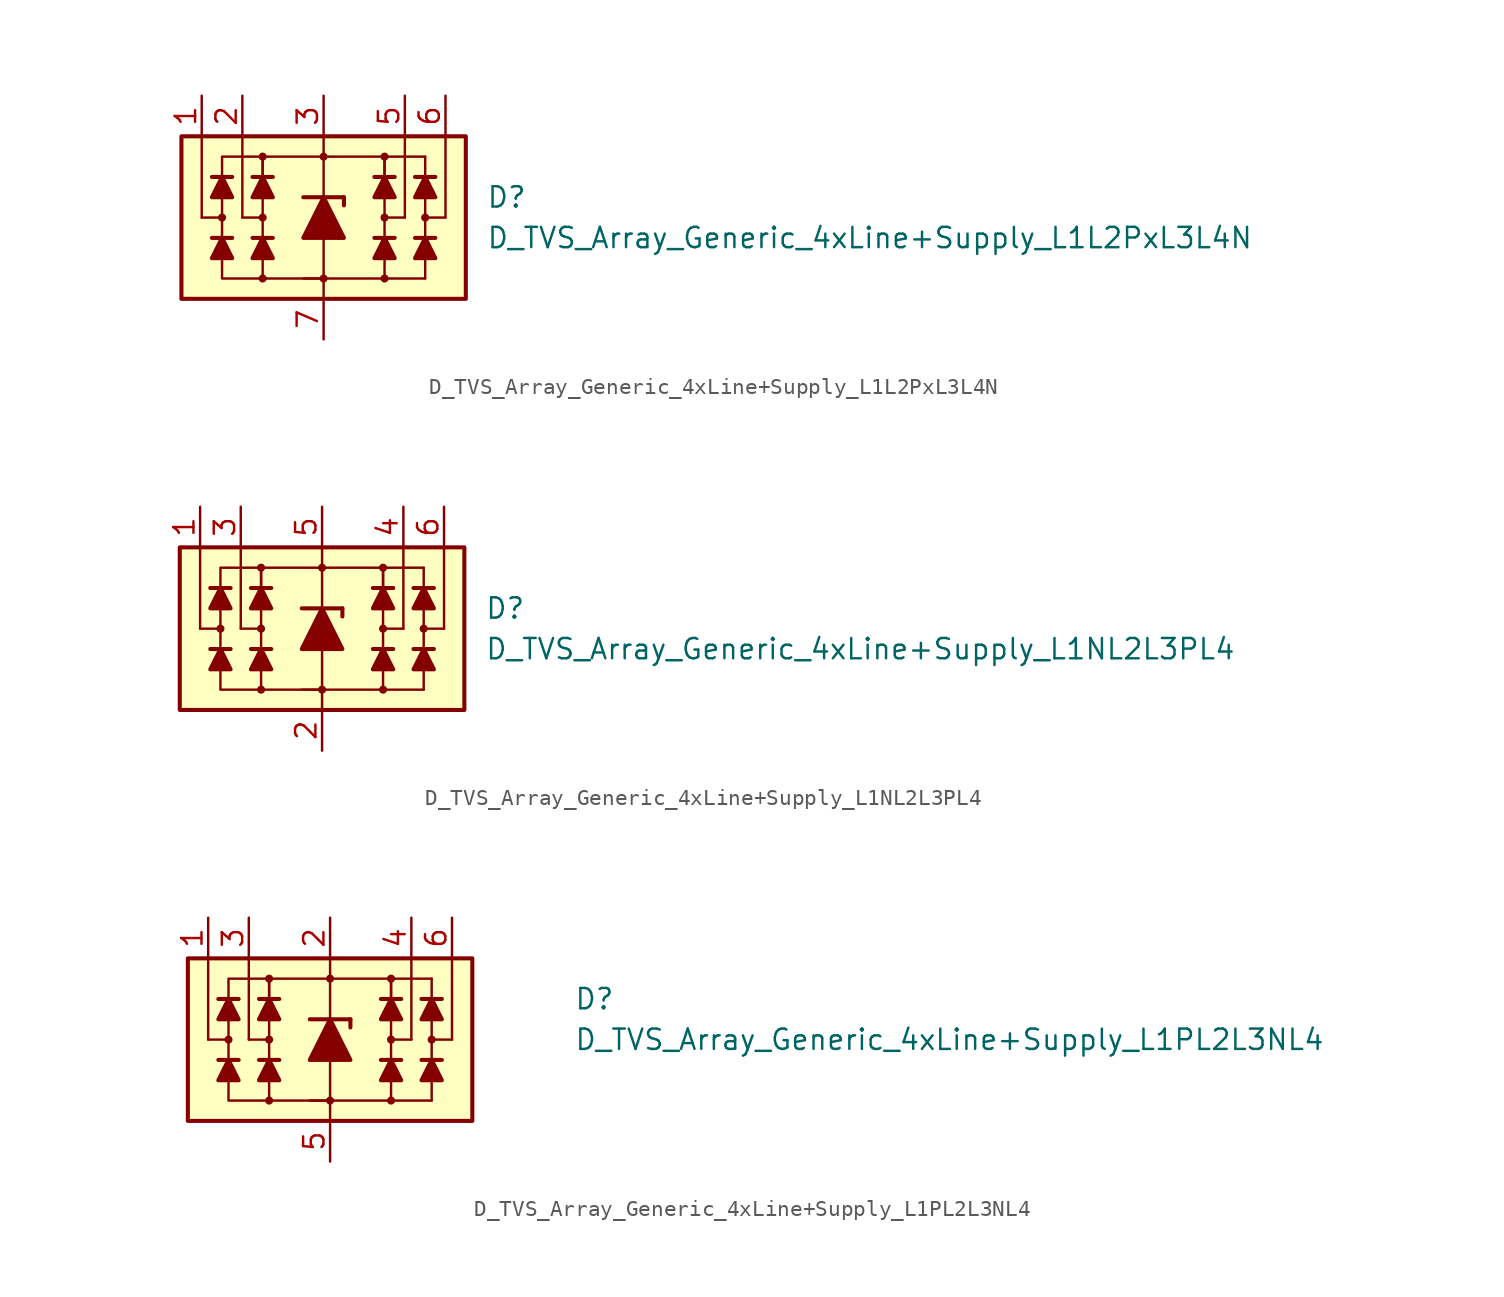
<source format=kicad_sym>
(kicad_symbol_lib
  (version 20231120)
  (generator "kicad_symbol_editor")
  (generator_version "8.0")
  (symbol "D_TVS_Array_Generic_4xLine+Supply_L1L2PxL3L4N"
    (pin_names
      (offset 1.016) hide)
    (property "Reference" "D"
      (at 10.16 1.27 0)
      (effects (font (size 1.27 1.27)) (justify left)))
    (property "Value" "D_TVS_Array_Generic_4xLine+Supply_L1L2PxL3L4N"
      (at 10.16 -1.27 0)
      (effects (font (size 1.27 1.27)) (justify left)))
    (symbol "D_TVS_Array_Generic_4xLine+Supply_L1L2PxL3L4N_0_1"
      (rectangle (start -8.89 5.08) (end 8.89 -5.08) (stroke (width 0.254) (type default)) (fill (type background)))
      (circle (center -3.81 0) (radius 0.178) (stroke (width 0) (type default)) (fill (type outline)))
      (polyline (pts (xy -5.715 -1.27) (xy -6.985 -1.27)) (stroke (width 0.254) (type default)) (fill (type none)))
      (polyline (pts (xy -5.715 2.54) (xy -6.985 2.54)) (stroke (width 0.254) (type default)) (fill (type none)))
      (polyline (pts (xy -5.08 0) (xy -5.08 5.08)) (stroke (width 0) (type default)) (fill (type none)))
      (polyline (pts (xy -3.81 -1.27) (xy -3.81 1.27)) (stroke (width 0) (type default)) (fill (type none)))
      (polyline (pts (xy -3.81 0) (xy -5.08 0)) (stroke (width 0) (type default)) (fill (type none)))
      (polyline (pts (xy -3.175 -1.27) (xy -4.445 -1.27)) (stroke (width 0.254) (type default)) (fill (type none)))
      (polyline (pts (xy -3.175 2.54) (xy -4.445 2.54)) (stroke (width 0.254) (type default)) (fill (type none)))
      (polyline (pts (xy 0 -1.27) (xy 0 -5.08)) (stroke (width 0) (type default)) (fill (type none)))
      (polyline (pts (xy 0 1.27) (xy 0 5.08)) (stroke (width 0.152) (type default)) (fill (type none)))
      (polyline (pts (xy 3.81 -1.27) (xy 3.81 1.27)) (stroke (width 0) (type default)) (fill (type none)))
      (polyline (pts (xy 3.81 0) (xy 5.08 0)) (stroke (width 0) (type default)) (fill (type none)))
      (polyline (pts (xy 3.81 3.81) (xy 6.35 3.81)) (stroke (width 0.152) (type default)) (fill (type none)))
      (polyline (pts (xy 4.445 -1.27) (xy 3.175 -1.27)) (stroke (width 0.254) (type default)) (fill (type none)))
      (polyline (pts (xy 4.445 2.54) (xy 3.175 2.54)) (stroke (width 0.254) (type default)) (fill (type none)))
      (polyline (pts (xy 5.08 0) (xy 5.08 5.08)) (stroke (width 0) (type default)) (fill (type none)))
      (polyline (pts (xy 6.35 3.81) (xy 6.35 -3.81)) (stroke (width 0.152) (type default)) (fill (type none)))
      (polyline (pts (xy 6.985 -1.27) (xy 5.715 -1.27)) (stroke (width 0.254) (type default)) (fill (type none)))
      (polyline (pts (xy 6.985 2.54) (xy 5.715 2.54)) (stroke (width 0.254) (type default)) (fill (type none)))
      (polyline (pts (xy 6.35 -3.81) (xy -1.27 -3.81) (xy 0 -3.81)) (stroke (width 0.152) (type default)) (fill (type none)))
      (polyline (pts (xy -6.35 -1.27) (xy -5.715 -2.54) (xy -6.985 -2.54) (xy -6.35 -1.27)) (stroke (width 0.254) (type default)) (fill (type outline)))
      (polyline (pts (xy -6.35 2.54) (xy -5.715 1.27) (xy -6.985 1.27) (xy -6.35 2.54)) (stroke (width 0.254) (type default)) (fill (type outline)))
      (polyline (pts (xy -3.81 -1.27) (xy -3.175 -2.54) (xy -4.445 -2.54) (xy -3.81 -1.27)) (stroke (width 0.254) (type default)) (fill (type outline)))
      (polyline (pts (xy -3.81 2.54) (xy -3.81 3.81) (xy 3.81 3.81) (xy 3.81 2.54)) (stroke (width 0) (type default)) (fill (type none)))
      (polyline (pts (xy -3.81 2.54) (xy -3.175 1.27) (xy -4.445 1.27) (xy -3.81 2.54)) (stroke (width 0.254) (type default)) (fill (type outline)))
      (polyline (pts (xy 0 -3.81) (xy -6.35 -3.81) (xy -6.35 3.81) (xy -3.81 3.81)) (stroke (width 0) (type default)) (fill (type none)))
      (polyline (pts (xy 3.81 -1.27) (xy 4.445 -2.54) (xy 3.175 -2.54) (xy 3.81 -1.27)) (stroke (width 0.254) (type default)) (fill (type outline)))
      (polyline (pts (xy 3.81 2.54) (xy 4.445 1.27) (xy 3.175 1.27) (xy 3.81 2.54)) (stroke (width 0.254) (type default)) (fill (type outline)))
      (polyline (pts (xy 6.35 -1.27) (xy 6.985 -2.54) (xy 5.715 -2.54) (xy 6.35 -1.27)) (stroke (width 0.254) (type default)) (fill (type outline)))
      (polyline (pts (xy 6.35 2.54) (xy 6.985 1.27) (xy 5.715 1.27) (xy 6.35 2.54)) (stroke (width 0.254) (type default)) (fill (type outline)))
      (circle (center 0 3.81) (radius 0.178) (stroke (width 0) (type default)) (fill (type outline)))
      (circle (center 3.81 0) (radius 0.178) (stroke (width 0) (type default)) (fill (type outline))))
    (symbol "D_TVS_Array_Generic_4xLine+Supply_L1L2PxL3L4N_1_1"
      (circle (center -6.35 0) (radius 0.178) (stroke (width 0) (type default)) (fill (type outline)))
      (circle (center -3.81 -3.81) (radius 0.178) (stroke (width 0) (type default)) (fill (type outline)))
      (circle (center -3.81 3.81) (radius 0.178) (stroke (width 0) (type default)) (fill (type outline)))
      (circle (center 0 -3.81) (radius 0.178) (stroke (width 0) (type default)) (fill (type outline)))
      (polyline (pts (xy -7.62 0) (xy -7.62 5.08)) (stroke (width 0) (type default)) (fill (type none)))
      (polyline (pts (xy -6.35 0) (xy -7.62 0)) (stroke (width 0) (type default)) (fill (type none)))
      (polyline (pts (xy -3.81 -3.81) (xy -3.81 -1.27)) (stroke (width 0) (type default)) (fill (type none)))
      (polyline (pts (xy -3.81 1.27) (xy -3.81 3.81)) (stroke (width 0) (type default)) (fill (type none)))
      (polyline (pts (xy -1.27 1.27) (xy 1.27 1.27)) (stroke (width 0.254) (type default)) (fill (type none)))
      (polyline (pts (xy 0 -1.27) (xy 0 1.27)) (stroke (width 0) (type default)) (fill (type none)))
      (polyline (pts (xy 1.27 1.27) (xy 1.27 0.762)) (stroke (width 0.254) (type default)) (fill (type none)))
      (polyline (pts (xy 3.81 -3.81) (xy 3.81 -1.27)) (stroke (width 0) (type default)) (fill (type none)))
      (polyline (pts (xy 3.81 1.27) (xy 3.81 3.81)) (stroke (width 0) (type default)) (fill (type none)))
      (polyline (pts (xy 6.35 0) (xy 7.62 0)) (stroke (width 0) (type default)) (fill (type none)))
      (polyline (pts (xy 7.62 0) (xy 7.62 5.08)) (stroke (width 0) (type default)) (fill (type none)))
      (polyline (pts (xy 1.27 -1.27) (xy -1.27 -1.27) (xy 0 1.27) (xy 1.27 -1.27)) (stroke (width 0.254) (type default)) (fill (type outline)))
      (circle (center 3.81 -3.81) (radius 0.178) (stroke (width 0) (type default)) (fill (type outline)))
      (circle (center 3.81 3.81) (radius 0.178) (stroke (width 0) (type default)) (fill (type outline)))
      (circle (center 6.35 0) (radius 0.178) (stroke (width 0) (type default)) (fill (type outline)))
      (pin passive line (at -7.62 7.62 270) (length 2.54) (name "L1" (effects (font (size 1.27 1.27)))) (number "1" (effects (font (size 1.27 1.27)))))
      (pin passive line (at -5.08 7.62 270) (length 2.54) (name "L2" (effects (font (size 1.27 1.27)))) (number "2" (effects (font (size 1.27 1.27)))))
      (pin passive line (at 0 7.62 270) (length 2.54) (name "VP" (effects (font (size 1.27 1.27)))) (number "3" (effects (font (size 1.27 1.27)))))
      (pin free line (at 1.27 1.27 0) (length 2.54) hide (name "NC" (effects (font (size 1.27 1.27)))) (number "4" (effects (font (size 1.27 1.27)))))
      (pin passive line (at 5.08 7.62 270) (length 2.54) (name "L3" (effects (font (size 1.27 1.27)))) (number "5" (effects (font (size 1.27 1.27)))))
      (pin passive line (at 7.62 7.62 270) (length 2.54) (name "L4" (effects (font (size 1.27 1.27)))) (number "6" (effects (font (size 1.27 1.27)))))
      (pin passive line (at 0 -7.62 90) (length 2.54) (name "VN" (effects (font (size 1.27 1.27)))) (number "7" (effects (font (size 1.27 1.27)))))))
  (symbol "D_TVS_Array_Generic_4xLine+Supply_L1NL2L3PL4"
    (pin_names
      (offset 1.016) hide)
    (property "Reference" "D"
      (at 10.16 1.27 0)
      (effects (font (size 1.27 1.27)) (justify left)))
    (property "Value" "D_TVS_Array_Generic_4xLine+Supply_L1NL2L3PL4"
      (at 10.16 -1.27 0)
      (effects (font (size 1.27 1.27)) (justify left)))
    (symbol "D_TVS_Array_Generic_4xLine+Supply_L1NL2L3PL4_0_1"
      (rectangle (start -8.89 5.08) (end 8.89 -5.08) (stroke (width 0.254) (type default)) (fill (type background)))
      (circle (center -3.81 0) (radius 0.178) (stroke (width 0) (type default)) (fill (type outline)))
      (polyline (pts (xy -5.715 -1.27) (xy -6.985 -1.27)) (stroke (width 0.254) (type default)) (fill (type none)))
      (polyline (pts (xy -5.715 2.54) (xy -6.985 2.54)) (stroke (width 0.254) (type default)) (fill (type none)))
      (polyline (pts (xy -5.08 0) (xy -5.08 5.08)) (stroke (width 0) (type default)) (fill (type none)))
      (polyline (pts (xy -3.81 -1.27) (xy -3.81 1.27)) (stroke (width 0) (type default)) (fill (type none)))
      (polyline (pts (xy -3.81 0) (xy -5.08 0)) (stroke (width 0) (type default)) (fill (type none)))
      (polyline (pts (xy -3.175 -1.27) (xy -4.445 -1.27)) (stroke (width 0.254) (type default)) (fill (type none)))
      (polyline (pts (xy -3.175 2.54) (xy -4.445 2.54)) (stroke (width 0.254) (type default)) (fill (type none)))
      (polyline (pts (xy 0 -1.27) (xy 0 -5.08)) (stroke (width 0) (type default)) (fill (type none)))
      (polyline (pts (xy 0 1.27) (xy 0 5.08)) (stroke (width 0.152) (type default)) (fill (type none)))
      (polyline (pts (xy 3.81 -1.27) (xy 3.81 1.27)) (stroke (width 0) (type default)) (fill (type none)))
      (polyline (pts (xy 3.81 0) (xy 5.08 0)) (stroke (width 0) (type default)) (fill (type none)))
      (polyline (pts (xy 3.81 3.81) (xy 6.35 3.81)) (stroke (width 0.152) (type default)) (fill (type none)))
      (polyline (pts (xy 4.445 -1.27) (xy 3.175 -1.27)) (stroke (width 0.254) (type default)) (fill (type none)))
      (polyline (pts (xy 4.445 2.54) (xy 3.175 2.54)) (stroke (width 0.254) (type default)) (fill (type none)))
      (polyline (pts (xy 5.08 0) (xy 5.08 5.08)) (stroke (width 0) (type default)) (fill (type none)))
      (polyline (pts (xy 6.35 3.81) (xy 6.35 -3.81)) (stroke (width 0.152) (type default)) (fill (type none)))
      (polyline (pts (xy 6.985 -1.27) (xy 5.715 -1.27)) (stroke (width 0.254) (type default)) (fill (type none)))
      (polyline (pts (xy 6.985 2.54) (xy 5.715 2.54)) (stroke (width 0.254) (type default)) (fill (type none)))
      (polyline (pts (xy 6.35 -3.81) (xy -1.27 -3.81) (xy 0 -3.81)) (stroke (width 0.152) (type default)) (fill (type none)))
      (polyline (pts (xy -6.35 -1.27) (xy -5.715 -2.54) (xy -6.985 -2.54) (xy -6.35 -1.27)) (stroke (width 0.254) (type default)) (fill (type outline)))
      (polyline (pts (xy -6.35 2.54) (xy -5.715 1.27) (xy -6.985 1.27) (xy -6.35 2.54)) (stroke (width 0.254) (type default)) (fill (type outline)))
      (polyline (pts (xy -3.81 -1.27) (xy -3.175 -2.54) (xy -4.445 -2.54) (xy -3.81 -1.27)) (stroke (width 0.254) (type default)) (fill (type outline)))
      (polyline (pts (xy -3.81 2.54) (xy -3.81 3.81) (xy 3.81 3.81) (xy 3.81 2.54)) (stroke (width 0) (type default)) (fill (type none)))
      (polyline (pts (xy -3.81 2.54) (xy -3.175 1.27) (xy -4.445 1.27) (xy -3.81 2.54)) (stroke (width 0.254) (type default)) (fill (type outline)))
      (polyline (pts (xy 0 -3.81) (xy -6.35 -3.81) (xy -6.35 3.81) (xy -3.81 3.81)) (stroke (width 0) (type default)) (fill (type none)))
      (polyline (pts (xy 3.81 -1.27) (xy 4.445 -2.54) (xy 3.175 -2.54) (xy 3.81 -1.27)) (stroke (width 0.254) (type default)) (fill (type outline)))
      (polyline (pts (xy 3.81 2.54) (xy 4.445 1.27) (xy 3.175 1.27) (xy 3.81 2.54)) (stroke (width 0.254) (type default)) (fill (type outline)))
      (polyline (pts (xy 6.35 -1.27) (xy 6.985 -2.54) (xy 5.715 -2.54) (xy 6.35 -1.27)) (stroke (width 0.254) (type default)) (fill (type outline)))
      (polyline (pts (xy 6.35 2.54) (xy 6.985 1.27) (xy 5.715 1.27) (xy 6.35 2.54)) (stroke (width 0.254) (type default)) (fill (type outline)))
      (circle (center 0 3.81) (radius 0.178) (stroke (width 0) (type default)) (fill (type outline)))
      (circle (center 3.81 0) (radius 0.178) (stroke (width 0) (type default)) (fill (type outline))))
    (symbol "D_TVS_Array_Generic_4xLine+Supply_L1NL2L3PL4_1_1"
      (circle (center -6.35 0) (radius 0.178) (stroke (width 0) (type default)) (fill (type outline)))
      (circle (center -3.81 -3.81) (radius 0.178) (stroke (width 0) (type default)) (fill (type outline)))
      (circle (center -3.81 3.81) (radius 0.178) (stroke (width 0) (type default)) (fill (type outline)))
      (circle (center 0 -3.81) (radius 0.178) (stroke (width 0) (type default)) (fill (type outline)))
      (polyline (pts (xy -7.62 0) (xy -7.62 5.08)) (stroke (width 0) (type default)) (fill (type none)))
      (polyline (pts (xy -6.35 0) (xy -7.62 0)) (stroke (width 0) (type default)) (fill (type none)))
      (polyline (pts (xy -3.81 -3.81) (xy -3.81 -1.27)) (stroke (width 0) (type default)) (fill (type none)))
      (polyline (pts (xy -3.81 1.27) (xy -3.81 3.81)) (stroke (width 0) (type default)) (fill (type none)))
      (polyline (pts (xy -1.27 1.27) (xy 1.27 1.27)) (stroke (width 0.254) (type default)) (fill (type none)))
      (polyline (pts (xy 0 -1.27) (xy 0 1.27)) (stroke (width 0) (type default)) (fill (type none)))
      (polyline (pts (xy 1.27 1.27) (xy 1.27 0.762)) (stroke (width 0.254) (type default)) (fill (type none)))
      (polyline (pts (xy 3.81 -3.81) (xy 3.81 -1.27)) (stroke (width 0) (type default)) (fill (type none)))
      (polyline (pts (xy 3.81 1.27) (xy 3.81 3.81)) (stroke (width 0) (type default)) (fill (type none)))
      (polyline (pts (xy 6.35 0) (xy 7.62 0)) (stroke (width 0) (type default)) (fill (type none)))
      (polyline (pts (xy 7.62 0) (xy 7.62 5.08)) (stroke (width 0) (type default)) (fill (type none)))
      (polyline (pts (xy 1.27 -1.27) (xy -1.27 -1.27) (xy 0 1.27) (xy 1.27 -1.27)) (stroke (width 0.254) (type default)) (fill (type outline)))
      (circle (center 3.81 -3.81) (radius 0.178) (stroke (width 0) (type default)) (fill (type outline)))
      (circle (center 3.81 3.81) (radius 0.178) (stroke (width 0) (type default)) (fill (type outline)))
      (circle (center 6.35 0) (radius 0.178) (stroke (width 0) (type default)) (fill (type outline)))
      (pin passive line (at -7.62 7.62 270) (length 2.54) (name "L1" (effects (font (size 1.27 1.27)))) (number "1" (effects (font (size 1.27 1.27)))))
      (pin passive line (at 0 -7.62 90) (length 2.54) (name "VN" (effects (font (size 1.27 1.27)))) (number "2" (effects (font (size 1.27 1.27)))))
      (pin passive line (at -5.08 7.62 270) (length 2.54) (name "L2" (effects (font (size 1.27 1.27)))) (number "3" (effects (font (size 1.27 1.27)))))
      (pin passive line (at 5.08 7.62 270) (length 2.54) (name "L3" (effects (font (size 1.27 1.27)))) (number "4" (effects (font (size 1.27 1.27)))))
      (pin passive line (at 0 7.62 270) (length 2.54) (name "VP" (effects (font (size 1.27 1.27)))) (number "5" (effects (font (size 1.27 1.27)))))
      (pin passive line (at 7.62 7.62 270) (length 2.54) (name "L4" (effects (font (size 1.27 1.27)))) (number "6" (effects (font (size 1.27 1.27)))))))
  (symbol "D_TVS_Array_Generic_4xLine+Supply_L1PL2L3NL4"
    (pin_names
      (offset 1.016) hide)
    (property "Reference" "D"
      (at 15.24 1.27 0)
      (effects (font (size 1.27 1.27)) (justify left)))
    (property "Value" "D_TVS_Array_Generic_4xLine+Supply_L1PL2L3NL4"
      (at 15.24 -1.27 0)
      (effects (font (size 1.27 1.27)) (justify left)))
    (symbol "D_TVS_Array_Generic_4xLine+Supply_L1PL2L3NL4_0_1"
      (rectangle (start -8.89 3.81) (end 8.89 -6.35) (stroke (width 0.254) (type default)) (fill (type background)))
      (circle (center -3.81 -1.27) (radius 0.178) (stroke (width 0) (type default)) (fill (type outline)))
      (polyline (pts (xy -5.715 -2.54) (xy -6.985 -2.54)) (stroke (width 0.254) (type default)) (fill (type none)))
      (polyline (pts (xy -5.715 1.27) (xy -6.985 1.27)) (stroke (width 0.254) (type default)) (fill (type none)))
      (polyline (pts (xy -5.08 -1.27) (xy -5.08 3.81)) (stroke (width 0) (type default)) (fill (type none)))
      (polyline (pts (xy -3.81 -2.54) (xy -3.81 0)) (stroke (width 0) (type default)) (fill (type none)))
      (polyline (pts (xy -3.81 -1.27) (xy -5.08 -1.27)) (stroke (width 0) (type default)) (fill (type none)))
      (polyline (pts (xy -3.175 -2.54) (xy -4.445 -2.54)) (stroke (width 0.254) (type default)) (fill (type none)))
      (polyline (pts (xy -3.175 1.27) (xy -4.445 1.27)) (stroke (width 0.254) (type default)) (fill (type none)))
      (polyline (pts (xy 0 -2.54) (xy 0 -6.35)) (stroke (width 0) (type default)) (fill (type none)))
      (polyline (pts (xy 0 0) (xy 0 3.81)) (stroke (width 0.152) (type default)) (fill (type none)))
      (polyline (pts (xy 3.81 -2.54) (xy 3.81 0)) (stroke (width 0) (type default)) (fill (type none)))
      (polyline (pts (xy 3.81 -1.27) (xy 5.08 -1.27)) (stroke (width 0) (type default)) (fill (type none)))
      (polyline (pts (xy 3.81 2.54) (xy 6.35 2.54)) (stroke (width 0.152) (type default)) (fill (type none)))
      (polyline (pts (xy 4.445 -2.54) (xy 3.175 -2.54)) (stroke (width 0.254) (type default)) (fill (type none)))
      (polyline (pts (xy 4.445 1.27) (xy 3.175 1.27)) (stroke (width 0.254) (type default)) (fill (type none)))
      (polyline (pts (xy 5.08 -1.27) (xy 5.08 3.81)) (stroke (width 0) (type default)) (fill (type none)))
      (polyline (pts (xy 6.35 2.54) (xy 6.35 -5.08)) (stroke (width 0.152) (type default)) (fill (type none)))
      (polyline (pts (xy 6.985 -2.54) (xy 5.715 -2.54)) (stroke (width 0.254) (type default)) (fill (type none)))
      (polyline (pts (xy 6.985 1.27) (xy 5.715 1.27)) (stroke (width 0.254) (type default)) (fill (type none)))
      (polyline (pts (xy 6.35 -5.08) (xy -1.27 -5.08) (xy 0 -5.08)) (stroke (width 0.152) (type default)) (fill (type none)))
      (polyline (pts (xy -6.35 -2.54) (xy -5.715 -3.81) (xy -6.985 -3.81) (xy -6.35 -2.54)) (stroke (width 0.254) (type default)) (fill (type outline)))
      (polyline (pts (xy -6.35 1.27) (xy -5.715 0) (xy -6.985 0) (xy -6.35 1.27)) (stroke (width 0.254) (type default)) (fill (type outline)))
      (polyline (pts (xy -3.81 -2.54) (xy -3.175 -3.81) (xy -4.445 -3.81) (xy -3.81 -2.54)) (stroke (width 0.254) (type default)) (fill (type outline)))
      (polyline (pts (xy -3.81 1.27) (xy -3.81 2.54) (xy 3.81 2.54) (xy 3.81 1.27)) (stroke (width 0) (type default)) (fill (type none)))
      (polyline (pts (xy -3.81 1.27) (xy -3.175 0) (xy -4.445 0) (xy -3.81 1.27)) (stroke (width 0.254) (type default)) (fill (type outline)))
      (polyline (pts (xy 0 -5.08) (xy -6.35 -5.08) (xy -6.35 2.54) (xy -3.81 2.54)) (stroke (width 0) (type default)) (fill (type none)))
      (polyline (pts (xy 3.81 -2.54) (xy 4.445 -3.81) (xy 3.175 -3.81) (xy 3.81 -2.54)) (stroke (width 0.254) (type default)) (fill (type outline)))
      (polyline (pts (xy 3.81 1.27) (xy 4.445 0) (xy 3.175 0) (xy 3.81 1.27)) (stroke (width 0.254) (type default)) (fill (type outline)))
      (polyline (pts (xy 6.35 -2.54) (xy 6.985 -3.81) (xy 5.715 -3.81) (xy 6.35 -2.54)) (stroke (width 0.254) (type default)) (fill (type outline)))
      (polyline (pts (xy 6.35 1.27) (xy 6.985 0) (xy 5.715 0) (xy 6.35 1.27)) (stroke (width 0.254) (type default)) (fill (type outline)))
      (circle (center 0 2.54) (radius 0.178) (stroke (width 0) (type default)) (fill (type outline)))
      (circle (center 3.81 -1.27) (radius 0.178) (stroke (width 0) (type default)) (fill (type outline))))
    (symbol "D_TVS_Array_Generic_4xLine+Supply_L1PL2L3NL4_1_1"
      (circle (center -6.35 -1.27) (radius 0.178) (stroke (width 0) (type default)) (fill (type outline)))
      (circle (center -3.81 -5.08) (radius 0.178) (stroke (width 0) (type default)) (fill (type outline)))
      (circle (center -3.81 2.54) (radius 0.178) (stroke (width 0) (type default)) (fill (type outline)))
      (circle (center 0 -5.08) (radius 0.178) (stroke (width 0) (type default)) (fill (type outline)))
      (polyline (pts (xy -7.62 -1.27) (xy -7.62 3.81)) (stroke (width 0) (type default)) (fill (type none)))
      (polyline (pts (xy -6.35 -1.27) (xy -7.62 -1.27)) (stroke (width 0) (type default)) (fill (type none)))
      (polyline (pts (xy -3.81 -5.08) (xy -3.81 -2.54)) (stroke (width 0) (type default)) (fill (type none)))
      (polyline (pts (xy -3.81 0) (xy -3.81 2.54)) (stroke (width 0) (type default)) (fill (type none)))
      (polyline (pts (xy -1.27 0) (xy 1.27 0)) (stroke (width 0.254) (type default)) (fill (type none)))
      (polyline (pts (xy 0 -2.54) (xy 0 0)) (stroke (width 0) (type default)) (fill (type none)))
      (polyline (pts (xy 1.27 0) (xy 1.27 -0.508)) (stroke (width 0.254) (type default)) (fill (type none)))
      (polyline (pts (xy 3.81 -5.08) (xy 3.81 -2.54)) (stroke (width 0) (type default)) (fill (type none)))
      (polyline (pts (xy 3.81 0) (xy 3.81 2.54)) (stroke (width 0) (type default)) (fill (type none)))
      (polyline (pts (xy 6.35 -1.27) (xy 7.62 -1.27)) (stroke (width 0) (type default)) (fill (type none)))
      (polyline (pts (xy 7.62 -1.27) (xy 7.62 3.81)) (stroke (width 0) (type default)) (fill (type none)))
      (polyline (pts (xy 1.27 -2.54) (xy -1.27 -2.54) (xy 0 0) (xy 1.27 -2.54)) (stroke (width 0.254) (type default)) (fill (type outline)))
      (circle (center 3.81 -5.08) (radius 0.178) (stroke (width 0) (type default)) (fill (type outline)))
      (circle (center 3.81 2.54) (radius 0.178) (stroke (width 0) (type default)) (fill (type outline)))
      (circle (center 6.35 -1.27) (radius 0.178) (stroke (width 0) (type default)) (fill (type outline)))
      (pin passive line (at -7.62 6.35 270) (length 2.54) (name "L1" (effects (font (size 1.27 1.27)))) (number "1" (effects (font (size 1.27 1.27)))))
      (pin passive line (at 0 6.35 270) (length 2.54) (name "VP" (effects (font (size 1.27 1.27)))) (number "2" (effects (font (size 1.27 1.27)))))
      (pin passive line (at -5.08 6.35 270) (length 2.54) (name "L2" (effects (font (size 1.27 1.27)))) (number "3" (effects (font (size 1.27 1.27)))))
      (pin passive line (at 5.08 6.35 270) (length 2.54) (name "L3" (effects (font (size 1.27 1.27)))) (number "4" (effects (font (size 1.27 1.27)))))
      (pin passive line (at 0 -8.89 90) (length 2.54) (name "VN" (effects (font (size 1.27 1.27)))) (number "5" (effects (font (size 1.27 1.27)))))
      (pin passive line (at 7.62 6.35 270) (length 2.54) (name "L4" (effects (font (size 1.27 1.27)))) (number "6" (effects (font (size 1.27 1.27))))))))
</source>
